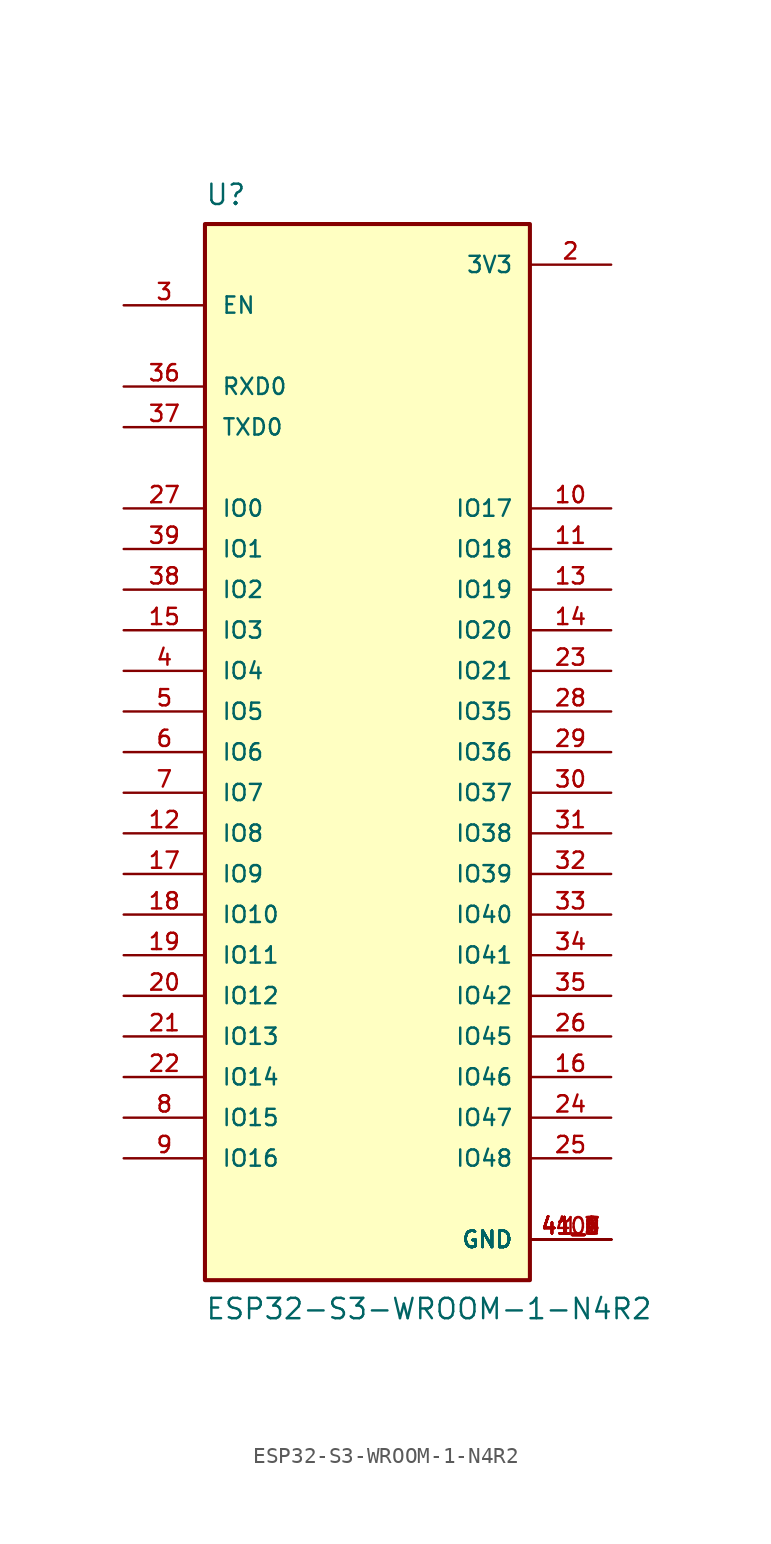
<source format=kicad_sym>
(kicad_symbol_lib
  (version 20211014)
  (generator kicad_symbol_editor)
  (symbol "ESP32-S3-WROOM-1-N4R2"
    (pin_names
      (offset 1.016))
    (property "Reference" "U"
      (at -10.16 34.112 0)
      (effects (font (size 1.27 1.27)) (justify bottom left)))
    (property "Value" "ESP32-S3-WROOM-1-N4R2"
      (at -10.16 -35.56 0)
      (effects (font (size 1.27 1.27)) (justify bottom left)))
    (symbol "ESP32-S3-WROOM-1-N4R2_0_0"
      (rectangle (start -10.16 -33.02) (end 10.16 33.02) (stroke (width 0.254)) (fill (type background)))
      (pin power_in line (at 15.24 -30.48 180.0) (length 5.08) (name "GND" (effects (font (size 1.016 1.016)))) (number "1" (effects (font (size 1.016 1.016)))))
      (pin power_in line (at 15.24 -30.48 180.0) (length 5.08) (name "GND" (effects (font (size 1.016 1.016)))) (number "40" (effects (font (size 1.016 1.016)))))
      (pin power_in line (at 15.24 -30.48 180.0) (length 5.08) (name "GND" (effects (font (size 1.016 1.016)))) (number "41_1" (effects (font (size 1.016 1.016)))))
      (pin power_in line (at 15.24 -30.48 180.0) (length 5.08) (name "GND" (effects (font (size 1.016 1.016)))) (number "41_2" (effects (font (size 1.016 1.016)))))
      (pin power_in line (at 15.24 -30.48 180.0) (length 5.08) (name "GND" (effects (font (size 1.016 1.016)))) (number "41_3" (effects (font (size 1.016 1.016)))))
      (pin power_in line (at 15.24 -30.48 180.0) (length 5.08) (name "GND" (effects (font (size 1.016 1.016)))) (number "41_4" (effects (font (size 1.016 1.016)))))
      (pin power_in line (at 15.24 -30.48 180.0) (length 5.08) (name "GND" (effects (font (size 1.016 1.016)))) (number "41_5" (effects (font (size 1.016 1.016)))))
      (pin power_in line (at 15.24 -30.48 180.0) (length 5.08) (name "GND" (effects (font (size 1.016 1.016)))) (number "41_6" (effects (font (size 1.016 1.016)))))
      (pin power_in line (at 15.24 -30.48 180.0) (length 5.08) (name "GND" (effects (font (size 1.016 1.016)))) (number "41_7" (effects (font (size 1.016 1.016)))))
      (pin power_in line (at 15.24 -30.48 180.0) (length 5.08) (name "GND" (effects (font (size 1.016 1.016)))) (number "41_8" (effects (font (size 1.016 1.016)))))
      (pin power_in line (at 15.24 -30.48 180.0) (length 5.08) (name "GND" (effects (font (size 1.016 1.016)))) (number "41_9" (effects (font (size 1.016 1.016)))))
      (pin power_in line (at 15.24 30.48 180.0) (length 5.08) (name "3V3" (effects (font (size 1.016 1.016)))) (number "2" (effects (font (size 1.016 1.016)))))
      (pin input line (at -15.24 27.94 0) (length 5.08) (name "EN" (effects (font (size 1.016 1.016)))) (number "3" (effects (font (size 1.016 1.016)))))
      (pin bidirectional line (at 15.24 2.54 180.0) (length 5.08) (name "IO35" (effects (font (size 1.016 1.016)))) (number "28" (effects (font (size 1.016 1.016)))))
      (pin bidirectional line (at 15.24 -12.7 180.0) (length 5.08) (name "IO41" (effects (font (size 1.016 1.016)))) (number "34" (effects (font (size 1.016 1.016)))))
      (pin bidirectional line (at 15.24 -7.62 180.0) (length 5.08) (name "IO39" (effects (font (size 1.016 1.016)))) (number "32" (effects (font (size 1.016 1.016)))))
      (pin bidirectional line (at 15.24 -10.16 180.0) (length 5.08) (name "IO40" (effects (font (size 1.016 1.016)))) (number "33" (effects (font (size 1.016 1.016)))))
      (pin bidirectional line (at -15.24 -20.32 0) (length 5.08) (name "IO14" (effects (font (size 1.016 1.016)))) (number "22" (effects (font (size 1.016 1.016)))))
      (pin bidirectional line (at -15.24 -15.24 0) (length 5.08) (name "IO12" (effects (font (size 1.016 1.016)))) (number "20" (effects (font (size 1.016 1.016)))))
      (pin bidirectional line (at -15.24 -17.78 0) (length 5.08) (name "IO13" (effects (font (size 1.016 1.016)))) (number "21" (effects (font (size 1.016 1.016)))))
      (pin bidirectional line (at -15.24 -22.86 0) (length 5.08) (name "IO15" (effects (font (size 1.016 1.016)))) (number "8" (effects (font (size 1.016 1.016)))))
      (pin bidirectional line (at -15.24 10.16 0) (length 5.08) (name "IO2" (effects (font (size 1.016 1.016)))) (number "38" (effects (font (size 1.016 1.016)))))
      (pin bidirectional line (at -15.24 15.24 0) (length 5.08) (name "IO0" (effects (font (size 1.016 1.016)))) (number "27" (effects (font (size 1.016 1.016)))))
      (pin bidirectional line (at -15.24 5.08 0) (length 5.08) (name "IO4" (effects (font (size 1.016 1.016)))) (number "4" (effects (font (size 1.016 1.016)))))
      (pin bidirectional line (at -15.24 -25.4 0) (length 5.08) (name "IO16" (effects (font (size 1.016 1.016)))) (number "9" (effects (font (size 1.016 1.016)))))
      (pin bidirectional line (at 15.24 15.24 180.0) (length 5.08) (name "IO17" (effects (font (size 1.016 1.016)))) (number "10" (effects (font (size 1.016 1.016)))))
      (pin bidirectional line (at -15.24 2.54 0) (length 5.08) (name "IO5" (effects (font (size 1.016 1.016)))) (number "5" (effects (font (size 1.016 1.016)))))
      (pin bidirectional line (at 15.24 12.7 180.0) (length 5.08) (name "IO18" (effects (font (size 1.016 1.016)))) (number "11" (effects (font (size 1.016 1.016)))))
      (pin bidirectional line (at 15.24 10.16 180.0) (length 5.08) (name "IO19" (effects (font (size 1.016 1.016)))) (number "13" (effects (font (size 1.016 1.016)))))
      (pin bidirectional line (at 15.24 5.08 180.0) (length 5.08) (name "IO21" (effects (font (size 1.016 1.016)))) (number "23" (effects (font (size 1.016 1.016)))))
      (pin bidirectional line (at 15.24 -2.54 180.0) (length 5.08) (name "IO37" (effects (font (size 1.016 1.016)))) (number "30" (effects (font (size 1.016 1.016)))))
      (pin bidirectional line (at 15.24 -5.08 180.0) (length 5.08) (name "IO38" (effects (font (size 1.016 1.016)))) (number "31" (effects (font (size 1.016 1.016)))))
      (pin bidirectional line (at -15.24 12.7 0) (length 5.08) (name "IO1" (effects (font (size 1.016 1.016)))) (number "39" (effects (font (size 1.016 1.016)))))
      (pin bidirectional line (at -15.24 7.62 0) (length 5.08) (name "IO3" (effects (font (size 1.016 1.016)))) (number "15" (effects (font (size 1.016 1.016)))))
      (pin bidirectional line (at -15.24 0.0 0) (length 5.08) (name "IO6" (effects (font (size 1.016 1.016)))) (number "6" (effects (font (size 1.016 1.016)))))
      (pin bidirectional line (at -15.24 -2.54 0) (length 5.08) (name "IO7" (effects (font (size 1.016 1.016)))) (number "7" (effects (font (size 1.016 1.016)))))
      (pin bidirectional line (at -15.24 -5.08 0) (length 5.08) (name "IO8" (effects (font (size 1.016 1.016)))) (number "12" (effects (font (size 1.016 1.016)))))
      (pin bidirectional line (at -15.24 -7.62 0) (length 5.08) (name "IO9" (effects (font (size 1.016 1.016)))) (number "17" (effects (font (size 1.016 1.016)))))
      (pin bidirectional line (at -15.24 -10.16 0) (length 5.08) (name "IO10" (effects (font (size 1.016 1.016)))) (number "18" (effects (font (size 1.016 1.016)))))
      (pin bidirectional line (at -15.24 -12.7 0) (length 5.08) (name "IO11" (effects (font (size 1.016 1.016)))) (number "19" (effects (font (size 1.016 1.016)))))
      (pin bidirectional line (at 15.24 0.0 180.0) (length 5.08) (name "IO36" (effects (font (size 1.016 1.016)))) (number "29" (effects (font (size 1.016 1.016)))))
      (pin bidirectional line (at 15.24 -15.24 180.0) (length 5.08) (name "IO42" (effects (font (size 1.016 1.016)))) (number "35" (effects (font (size 1.016 1.016)))))
      (pin bidirectional line (at 15.24 7.62 180.0) (length 5.08) (name "IO20" (effects (font (size 1.016 1.016)))) (number "14" (effects (font (size 1.016 1.016)))))
      (pin bidirectional line (at -15.24 20.32 0) (length 5.08) (name "TXD0" (effects (font (size 1.016 1.016)))) (number "37" (effects (font (size 1.016 1.016)))))
      (pin bidirectional line (at -15.24 22.86 0) (length 5.08) (name "RXD0" (effects (font (size 1.016 1.016)))) (number "36" (effects (font (size 1.016 1.016)))))
      (pin bidirectional line (at 15.24 -17.78 180.0) (length 5.08) (name "IO45" (effects (font (size 1.016 1.016)))) (number "26" (effects (font (size 1.016 1.016)))))
      (pin bidirectional line (at 15.24 -20.32 180.0) (length 5.08) (name "IO46" (effects (font (size 1.016 1.016)))) (number "16" (effects (font (size 1.016 1.016)))))
      (pin bidirectional line (at 15.24 -22.86 180.0) (length 5.08) (name "IO47" (effects (font (size 1.016 1.016)))) (number "24" (effects (font (size 1.016 1.016)))))
      (pin bidirectional line (at 15.24 -25.4 180.0) (length 5.08) (name "IO48" (effects (font (size 1.016 1.016)))) (number "25" (effects (font (size 1.016 1.016))))))))
</source>
